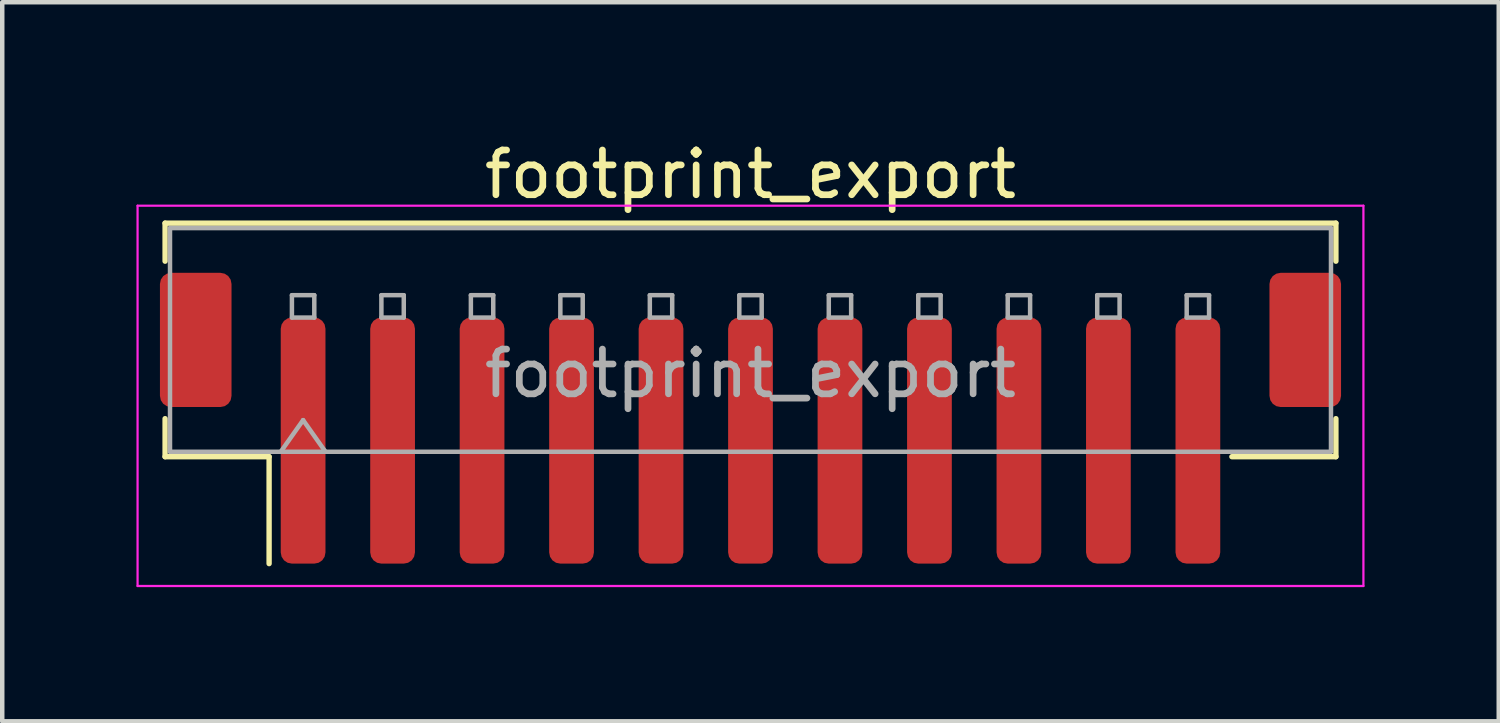
<source format=kicad_pcb>
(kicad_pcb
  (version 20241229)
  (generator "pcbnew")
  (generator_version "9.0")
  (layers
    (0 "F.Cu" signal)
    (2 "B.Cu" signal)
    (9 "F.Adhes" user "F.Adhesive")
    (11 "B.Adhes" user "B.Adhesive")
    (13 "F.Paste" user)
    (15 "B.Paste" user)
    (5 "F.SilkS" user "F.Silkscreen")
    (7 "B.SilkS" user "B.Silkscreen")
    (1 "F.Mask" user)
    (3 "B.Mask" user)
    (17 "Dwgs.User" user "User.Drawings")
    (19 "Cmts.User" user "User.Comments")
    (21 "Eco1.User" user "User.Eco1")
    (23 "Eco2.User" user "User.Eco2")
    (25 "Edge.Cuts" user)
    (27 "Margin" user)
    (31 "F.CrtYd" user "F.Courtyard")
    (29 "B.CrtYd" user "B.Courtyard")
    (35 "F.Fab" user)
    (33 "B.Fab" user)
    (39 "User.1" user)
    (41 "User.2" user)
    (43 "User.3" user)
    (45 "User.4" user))
  (footprint "footprint_export"
    (layer "F.Cu")
    (at 13.725 6.298)
    (property "Reference" "footprint_export" (at 0 -5.45 0) (layer "F.SilkS") (effects (font (size 1 1) (thickness 0.15))))
    (attr smd)
    (fp_line (start -13.085 -4.36) (end 13.085 -4.36) (stroke (width 0.12) (type solid)) (layer "F.SilkS"))
    (fp_line (start -13.085 -3.51) (end -13.085 -4.36) (stroke (width 0.12) (type solid)) (layer "F.SilkS"))
    (fp_line (start -13.085 0.01) (end -13.085 0.86) (stroke (width 0.12) (type solid)) (layer "F.SilkS"))
    (fp_line (start -13.085 0.86) (end -10.76 0.86) (stroke (width 0.12) (type solid)) (layer "F.SilkS"))
    (fp_line (start -10.76 0.86) (end -10.76 3.25) (stroke (width 0.12) (type solid)) (layer "F.SilkS"))
    (fp_line (start 13.085 -4.36) (end 13.085 -3.51) (stroke (width 0.12) (type solid)) (layer "F.SilkS"))
    (fp_line (start 13.085 0.01) (end 13.085 0.86) (stroke (width 0.12) (type solid)) (layer "F.SilkS"))
    (fp_line (start 13.085 0.86) (end 10.76 0.86) (stroke (width 0.12) (type solid)) (layer "F.SilkS"))
    (fp_line (start -13.7 -4.75) (end -13.7 3.75) (stroke (width 0.05) (type solid)) (layer "F.CrtYd"))
    (fp_line (start -13.7 3.75) (end 13.7 3.75) (stroke (width 0.05) (type solid)) (layer "F.CrtYd"))
    (fp_line (start 13.7 -4.75) (end -13.7 -4.75) (stroke (width 0.05) (type solid)) (layer "F.CrtYd"))
    (fp_line (start 13.7 3.75) (end 13.7 -4.75) (stroke (width 0.05) (type solid)) (layer "F.CrtYd"))
    (fp_line (start -12.975 -4.25) (end 12.975 -4.25) (stroke (width 0.1) (type solid)) (layer "F.Fab"))
    (fp_line (start -12.975 0.75) (end -12.975 -4.25) (stroke (width 0.1) (type solid)) (layer "F.Fab"))
    (fp_line (start -12.975 0.75) (end 12.975 0.75) (stroke (width 0.1) (type solid)) (layer "F.Fab"))
    (fp_line (start -10.5 0.75) (end -10 0.043) (stroke (width 0.1) (type solid)) (layer "F.Fab"))
    (fp_line (start -10.25 -2.75) (end -10.25 -2.25) (stroke (width 0.1) (type solid)) (layer "F.Fab"))
    (fp_line (start -10.25 -2.25) (end -9.75 -2.25) (stroke (width 0.1) (type solid)) (layer "F.Fab"))
    (fp_line (start -10 0.043) (end -9.5 0.75) (stroke (width 0.1) (type solid)) (layer "F.Fab"))
    (fp_line (start -9.75 -2.75) (end -10.25 -2.75) (stroke (width 0.1) (type solid)) (layer "F.Fab"))
    (fp_line (start -9.75 -2.25) (end -9.75 -2.75) (stroke (width 0.1) (type solid)) (layer "F.Fab"))
    (fp_line (start -8.25 -2.75) (end -8.25 -2.25) (stroke (width 0.1) (type solid)) (layer "F.Fab"))
    (fp_line (start -8.25 -2.25) (end -7.75 -2.25) (stroke (width 0.1) (type solid)) (layer "F.Fab"))
    (fp_line (start -7.75 -2.75) (end -8.25 -2.75) (stroke (width 0.1) (type solid)) (layer "F.Fab"))
    (fp_line (start -7.75 -2.25) (end -7.75 -2.75) (stroke (width 0.1) (type solid)) (layer "F.Fab"))
    (fp_line (start -6.25 -2.75) (end -6.25 -2.25) (stroke (width 0.1) (type solid)) (layer "F.Fab"))
    (fp_line (start -6.25 -2.25) (end -5.75 -2.25) (stroke (width 0.1) (type solid)) (layer "F.Fab"))
    (fp_line (start -5.75 -2.75) (end -6.25 -2.75) (stroke (width 0.1) (type solid)) (layer "F.Fab"))
    (fp_line (start -5.75 -2.25) (end -5.75 -2.75) (stroke (width 0.1) (type solid)) (layer "F.Fab"))
    (fp_line (start -4.25 -2.75) (end -4.25 -2.25) (stroke (width 0.1) (type solid)) (layer "F.Fab"))
    (fp_line (start -4.25 -2.25) (end -3.75 -2.25) (stroke (width 0.1) (type solid)) (layer "F.Fab"))
    (fp_line (start -3.75 -2.75) (end -4.25 -2.75) (stroke (width 0.1) (type solid)) (layer "F.Fab"))
    (fp_line (start -3.75 -2.25) (end -3.75 -2.75) (stroke (width 0.1) (type solid)) (layer "F.Fab"))
    (fp_line (start -2.25 -2.75) (end -2.25 -2.25) (stroke (width 0.1) (type solid)) (layer "F.Fab"))
    (fp_line (start -2.25 -2.25) (end -1.75 -2.25) (stroke (width 0.1) (type solid)) (layer "F.Fab"))
    (fp_line (start -1.75 -2.75) (end -2.25 -2.75) (stroke (width 0.1) (type solid)) (layer "F.Fab"))
    (fp_line (start -1.75 -2.25) (end -1.75 -2.75) (stroke (width 0.1) (type solid)) (layer "F.Fab"))
    (fp_line (start -0.25 -2.75) (end -0.25 -2.25) (stroke (width 0.1) (type solid)) (layer "F.Fab"))
    (fp_line (start -0.25 -2.25) (end 0.25 -2.25) (stroke (width 0.1) (type solid)) (layer "F.Fab"))
    (fp_line (start 0.25 -2.75) (end -0.25 -2.75) (stroke (width 0.1) (type solid)) (layer "F.Fab"))
    (fp_line (start 0.25 -2.25) (end 0.25 -2.75) (stroke (width 0.1) (type solid)) (layer "F.Fab"))
    (fp_line (start 1.75 -2.75) (end 1.75 -2.25) (stroke (width 0.1) (type solid)) (layer "F.Fab"))
    (fp_line (start 1.75 -2.25) (end 2.25 -2.25) (stroke (width 0.1) (type solid)) (layer "F.Fab"))
    (fp_line (start 2.25 -2.75) (end 1.75 -2.75) (stroke (width 0.1) (type solid)) (layer "F.Fab"))
    (fp_line (start 2.25 -2.25) (end 2.25 -2.75) (stroke (width 0.1) (type solid)) (layer "F.Fab"))
    (fp_line (start 3.75 -2.75) (end 3.75 -2.25) (stroke (width 0.1) (type solid)) (layer "F.Fab"))
    (fp_line (start 3.75 -2.25) (end 4.25 -2.25) (stroke (width 0.1) (type solid)) (layer "F.Fab"))
    (fp_line (start 4.25 -2.75) (end 3.75 -2.75) (stroke (width 0.1) (type solid)) (layer "F.Fab"))
    (fp_line (start 4.25 -2.25) (end 4.25 -2.75) (stroke (width 0.1) (type solid)) (layer "F.Fab"))
    (fp_line (start 5.75 -2.75) (end 5.75 -2.25) (stroke (width 0.1) (type solid)) (layer "F.Fab"))
    (fp_line (start 5.75 -2.25) (end 6.25 -2.25) (stroke (width 0.1) (type solid)) (layer "F.Fab"))
    (fp_line (start 6.25 -2.75) (end 5.75 -2.75) (stroke (width 0.1) (type solid)) (layer "F.Fab"))
    (fp_line (start 6.25 -2.25) (end 6.25 -2.75) (stroke (width 0.1) (type solid)) (layer "F.Fab"))
    (fp_line (start 7.75 -2.75) (end 7.75 -2.25) (stroke (width 0.1) (type solid)) (layer "F.Fab"))
    (fp_line (start 7.75 -2.25) (end 8.25 -2.25) (stroke (width 0.1) (type solid)) (layer "F.Fab"))
    (fp_line (start 8.25 -2.75) (end 7.75 -2.75) (stroke (width 0.1) (type solid)) (layer "F.Fab"))
    (fp_line (start 8.25 -2.25) (end 8.25 -2.75) (stroke (width 0.1) (type solid)) (layer "F.Fab"))
    (fp_line (start 9.75 -2.75) (end 9.75 -2.25) (stroke (width 0.1) (type solid)) (layer "F.Fab"))
    (fp_line (start 9.75 -2.25) (end 10.25 -2.25) (stroke (width 0.1) (type solid)) (layer "F.Fab"))
    (fp_line (start 10.25 -2.75) (end 9.75 -2.75) (stroke (width 0.1) (type solid)) (layer "F.Fab"))
    (fp_line (start 10.25 -2.25) (end 10.25 -2.75) (stroke (width 0.1) (type solid)) (layer "F.Fab"))
    (fp_line (start 12.975 0.75) (end 12.975 -4.25) (stroke (width 0.1) (type solid)) (layer "F.Fab"))
    (fp_text user "${REFERENCE}" (at 0 -1 0) (layer "F.Fab") (effects (font (size 1 1) (thickness 0.15))))
    (pad "1" smd roundrect (at -10 0.5) (size 1 5.5) (layers "F.Cu" "F.Mask" "F.Paste") (roundrect_rratio 0.25))
    (pad "2" smd roundrect (at -8 0.5) (size 1 5.5) (layers "F.Cu" "F.Mask" "F.Paste") (roundrect_rratio 0.25))
    (pad "3" smd roundrect (at -6 0.5) (size 1 5.5) (layers "F.Cu" "F.Mask" "F.Paste") (roundrect_rratio 0.25))
    (pad "4" smd roundrect (at -4 0.5) (size 1 5.5) (layers "F.Cu" "F.Mask" "F.Paste") (roundrect_rratio 0.25))
    (pad "5" smd roundrect (at -2 0.5) (size 1 5.5) (layers "F.Cu" "F.Mask" "F.Paste") (roundrect_rratio 0.25))
    (pad "6" smd roundrect (at 0 0.5) (size 1 5.5) (layers "F.Cu" "F.Mask" "F.Paste") (roundrect_rratio 0.25))
    (pad "7" smd roundrect (at 2 0.5) (size 1 5.5) (layers "F.Cu" "F.Mask" "F.Paste") (roundrect_rratio 0.25))
    (pad "8" smd roundrect (at 4 0.5) (size 1 5.5) (layers "F.Cu" "F.Mask" "F.Paste") (roundrect_rratio 0.25))
    (pad "9" smd roundrect (at 6 0.5) (size 1 5.5) (layers "F.Cu" "F.Mask" "F.Paste") (roundrect_rratio 0.25))
    (pad "10" smd roundrect (at 8 0.5) (size 1 5.5) (layers "F.Cu" "F.Mask" "F.Paste") (roundrect_rratio 0.25))
    (pad "11" smd roundrect (at 10 0.5) (size 1 5.5) (layers "F.Cu" "F.Mask" "F.Paste") (roundrect_rratio 0.25))
    (pad "MP" smd roundrect (at -12.4 -1.75) (size 1.6 3) (layers "F.Cu" "F.Mask" "F.Paste") (roundrect_rratio 0.156))
    (pad "MP" smd roundrect (at 12.4 -1.75) (size 1.6 3) (layers "F.Cu" "F.Mask" "F.Paste") (roundrect_rratio 0.156)))
  (gr_rect
    (start -3 -3)
    (end 30.45 13.073)
    (stroke (width 0.1) (type default))
    (fill no)
    (layer "Edge.Cuts")))
</source>
